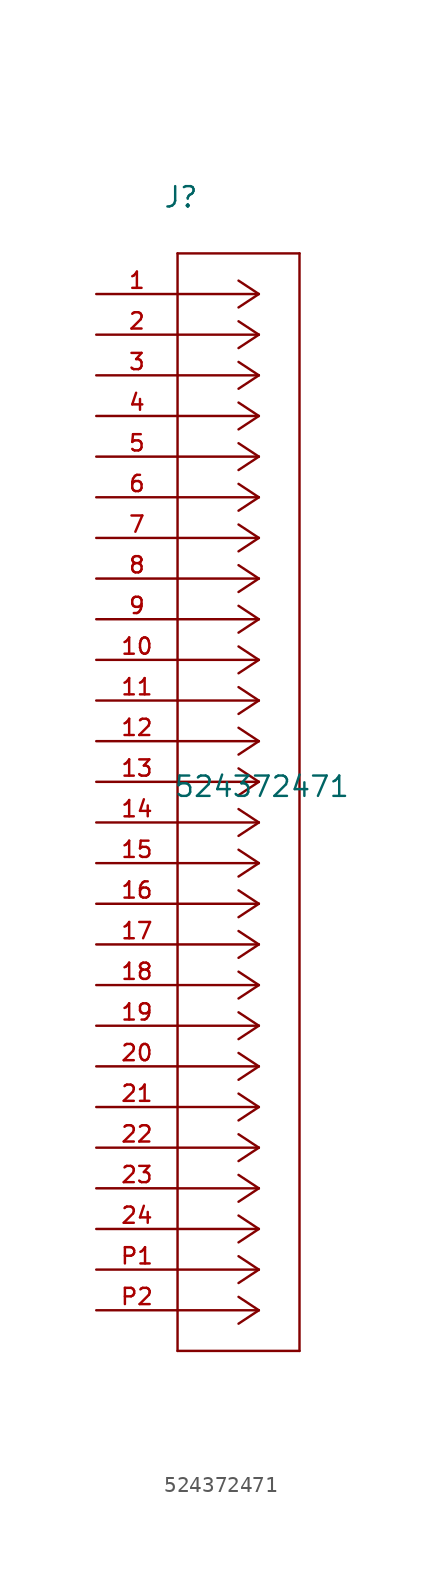
<source format=kicad_sym>
(kicad_symbol_lib
  (version 20211014)
  (generator kicad_symbol_editor)
  (symbol "524372471"
    (pin_names
      (offset 1.016))
    (property "Reference" "J"
      (at 4.166 5.309 0.0)
      (effects (font (size 1.27 1.27)) (justify bottom left)))
    (property "Value" "524372471"
      (at 4.801 -31.521 0.0)
      (effects (font (size 1.27 1.27)) (justify bottom left)))
    (symbol "524372471_0_0"
      (polyline (pts (xy 10.16 0.0) (xy 5.08 0.0)) (stroke (width 0.152)))
      (polyline (pts (xy 10.16 -2.54) (xy 5.08 -2.54)) (stroke (width 0.152)))
      (polyline (pts (xy 10.16 -5.08) (xy 5.08 -5.08)) (stroke (width 0.152)))
      (polyline (pts (xy 10.16 -7.62) (xy 5.08 -7.62)) (stroke (width 0.152)))
      (polyline (pts (xy 10.16 -10.16) (xy 5.08 -10.16)) (stroke (width 0.152)))
      (polyline (pts (xy 10.16 -12.7) (xy 5.08 -12.7)) (stroke (width 0.152)))
      (polyline (pts (xy 10.16 -15.24) (xy 5.08 -15.24)) (stroke (width 0.152)))
      (polyline (pts (xy 10.16 -17.78) (xy 5.08 -17.78)) (stroke (width 0.152)))
      (polyline (pts (xy 10.16 -20.32) (xy 5.08 -20.32)) (stroke (width 0.152)))
      (polyline (pts (xy 10.16 -22.86) (xy 5.08 -22.86)) (stroke (width 0.152)))
      (polyline (pts (xy 10.16 -25.4) (xy 5.08 -25.4)) (stroke (width 0.152)))
      (polyline (pts (xy 10.16 -27.94) (xy 5.08 -27.94)) (stroke (width 0.152)))
      (polyline (pts (xy 10.16 -30.48) (xy 5.08 -30.48)) (stroke (width 0.152)))
      (polyline (pts (xy 10.16 -33.02) (xy 5.08 -33.02)) (stroke (width 0.152)))
      (polyline (pts (xy 10.16 -35.56) (xy 5.08 -35.56)) (stroke (width 0.152)))
      (polyline (pts (xy 10.16 -38.1) (xy 5.08 -38.1)) (stroke (width 0.152)))
      (polyline (pts (xy 10.16 -40.64) (xy 5.08 -40.64)) (stroke (width 0.152)))
      (polyline (pts (xy 10.16 -43.18) (xy 5.08 -43.18)) (stroke (width 0.152)))
      (polyline (pts (xy 10.16 -45.72) (xy 5.08 -45.72)) (stroke (width 0.152)))
      (polyline (pts (xy 10.16 -48.26) (xy 5.08 -48.26)) (stroke (width 0.152)))
      (polyline (pts (xy 10.16 -50.8) (xy 5.08 -50.8)) (stroke (width 0.152)))
      (polyline (pts (xy 10.16 -53.34) (xy 5.08 -53.34)) (stroke (width 0.152)))
      (polyline (pts (xy 10.16 -55.88) (xy 5.08 -55.88)) (stroke (width 0.152)))
      (polyline (pts (xy 10.16 -58.42) (xy 5.08 -58.42)) (stroke (width 0.152)))
      (polyline (pts (xy 10.16 -60.96) (xy 5.08 -60.96)) (stroke (width 0.152)))
      (polyline (pts (xy 10.16 -63.5) (xy 5.08 -63.5)) (stroke (width 0.152)))
      (polyline (pts (xy 10.16 0.0) (xy 8.89 0.838)) (stroke (width 0.152)))
      (polyline (pts (xy 10.16 -2.54) (xy 8.89 -1.702)) (stroke (width 0.152)))
      (polyline (pts (xy 10.16 -5.08) (xy 8.89 -4.242)) (stroke (width 0.152)))
      (polyline (pts (xy 10.16 -7.62) (xy 8.89 -6.782)) (stroke (width 0.152)))
      (polyline (pts (xy 10.16 -10.16) (xy 8.89 -9.322)) (stroke (width 0.152)))
      (polyline (pts (xy 10.16 -12.7) (xy 8.89 -11.862)) (stroke (width 0.152)))
      (polyline (pts (xy 10.16 -15.24) (xy 8.89 -14.402)) (stroke (width 0.152)))
      (polyline (pts (xy 10.16 -17.78) (xy 8.89 -16.942)) (stroke (width 0.152)))
      (polyline (pts (xy 10.16 -20.32) (xy 8.89 -19.482)) (stroke (width 0.152)))
      (polyline (pts (xy 10.16 -22.86) (xy 8.89 -22.022)) (stroke (width 0.152)))
      (polyline (pts (xy 10.16 -25.4) (xy 8.89 -24.562)) (stroke (width 0.152)))
      (polyline (pts (xy 10.16 -27.94) (xy 8.89 -27.102)) (stroke (width 0.152)))
      (polyline (pts (xy 10.16 -30.48) (xy 8.89 -29.642)) (stroke (width 0.152)))
      (polyline (pts (xy 10.16 -33.02) (xy 8.89 -32.182)) (stroke (width 0.152)))
      (polyline (pts (xy 10.16 -35.56) (xy 8.89 -34.722)) (stroke (width 0.152)))
      (polyline (pts (xy 10.16 -38.1) (xy 8.89 -37.262)) (stroke (width 0.152)))
      (polyline (pts (xy 10.16 -40.64) (xy 8.89 -39.802)) (stroke (width 0.152)))
      (polyline (pts (xy 10.16 -43.18) (xy 8.89 -42.342)) (stroke (width 0.152)))
      (polyline (pts (xy 10.16 -45.72) (xy 8.89 -44.882)) (stroke (width 0.152)))
      (polyline (pts (xy 10.16 -48.26) (xy 8.89 -47.422)) (stroke (width 0.152)))
      (polyline (pts (xy 10.16 -50.8) (xy 8.89 -49.962)) (stroke (width 0.152)))
      (polyline (pts (xy 10.16 -53.34) (xy 8.89 -52.502)) (stroke (width 0.152)))
      (polyline (pts (xy 10.16 -55.88) (xy 8.89 -55.042)) (stroke (width 0.152)))
      (polyline (pts (xy 10.16 -58.42) (xy 8.89 -57.582)) (stroke (width 0.152)))
      (polyline (pts (xy 10.16 -60.96) (xy 8.89 -60.122)) (stroke (width 0.152)))
      (polyline (pts (xy 10.16 -63.5) (xy 8.89 -62.662)) (stroke (width 0.152)))
      (polyline (pts (xy 10.16 0.0) (xy 8.89 -0.838)) (stroke (width 0.152)))
      (polyline (pts (xy 10.16 -2.54) (xy 8.89 -3.378)) (stroke (width 0.152)))
      (polyline (pts (xy 10.16 -5.08) (xy 8.89 -5.918)) (stroke (width 0.152)))
      (polyline (pts (xy 10.16 -7.62) (xy 8.89 -8.458)) (stroke (width 0.152)))
      (polyline (pts (xy 10.16 -10.16) (xy 8.89 -10.998)) (stroke (width 0.152)))
      (polyline (pts (xy 10.16 -12.7) (xy 8.89 -13.538)) (stroke (width 0.152)))
      (polyline (pts (xy 10.16 -15.24) (xy 8.89 -16.078)) (stroke (width 0.152)))
      (polyline (pts (xy 10.16 -17.78) (xy 8.89 -18.618)) (stroke (width 0.152)))
      (polyline (pts (xy 10.16 -20.32) (xy 8.89 -21.158)) (stroke (width 0.152)))
      (polyline (pts (xy 10.16 -22.86) (xy 8.89 -23.698)) (stroke (width 0.152)))
      (polyline (pts (xy 10.16 -25.4) (xy 8.89 -26.238)) (stroke (width 0.152)))
      (polyline (pts (xy 10.16 -27.94) (xy 8.89 -28.778)) (stroke (width 0.152)))
      (polyline (pts (xy 10.16 -30.48) (xy 8.89 -31.318)) (stroke (width 0.152)))
      (polyline (pts (xy 10.16 -33.02) (xy 8.89 -33.858)) (stroke (width 0.152)))
      (polyline (pts (xy 10.16 -35.56) (xy 8.89 -36.398)) (stroke (width 0.152)))
      (polyline (pts (xy 10.16 -38.1) (xy 8.89 -38.938)) (stroke (width 0.152)))
      (polyline (pts (xy 10.16 -40.64) (xy 8.89 -41.478)) (stroke (width 0.152)))
      (polyline (pts (xy 10.16 -43.18) (xy 8.89 -44.018)) (stroke (width 0.152)))
      (polyline (pts (xy 10.16 -45.72) (xy 8.89 -46.558)) (stroke (width 0.152)))
      (polyline (pts (xy 10.16 -48.26) (xy 8.89 -49.098)) (stroke (width 0.152)))
      (polyline (pts (xy 10.16 -50.8) (xy 8.89 -51.638)) (stroke (width 0.152)))
      (polyline (pts (xy 10.16 -53.34) (xy 8.89 -54.178)) (stroke (width 0.152)))
      (polyline (pts (xy 10.16 -55.88) (xy 8.89 -56.718)) (stroke (width 0.152)))
      (polyline (pts (xy 10.16 -58.42) (xy 8.89 -59.258)) (stroke (width 0.152)))
      (polyline (pts (xy 10.16 -60.96) (xy 8.89 -61.798)) (stroke (width 0.152)))
      (polyline (pts (xy 10.16 -63.5) (xy 8.89 -64.338)) (stroke (width 0.152)))
      (polyline (pts (xy 5.08 2.54) (xy 5.08 -66.04)) (stroke (width 0.152)))
      (polyline (pts (xy 5.08 -66.04) (xy 12.7 -66.04)) (stroke (width 0.152)))
      (polyline (pts (xy 12.7 -66.04) (xy 12.7 2.54)) (stroke (width 0.152)))
      (polyline (pts (xy 12.7 2.54) (xy 5.08 2.54)) (stroke (width 0.152)))
      (pin passive line (at 0.0 0.0 0) (length 5.08) (name "~" (effects (font (size 1.016 1.016)))) (number "1" (effects (font (size 1.016 1.016)))))
      (pin passive line (at 0.0 -2.54 0) (length 5.08) (name "~" (effects (font (size 1.016 1.016)))) (number "2" (effects (font (size 1.016 1.016)))))
      (pin passive line (at 0.0 -5.08 0) (length 5.08) (name "~" (effects (font (size 1.016 1.016)))) (number "3" (effects (font (size 1.016 1.016)))))
      (pin passive line (at 0.0 -7.62 0) (length 5.08) (name "~" (effects (font (size 1.016 1.016)))) (number "4" (effects (font (size 1.016 1.016)))))
      (pin passive line (at 0.0 -10.16 0) (length 5.08) (name "~" (effects (font (size 1.016 1.016)))) (number "5" (effects (font (size 1.016 1.016)))))
      (pin passive line (at 0.0 -12.7 0) (length 5.08) (name "~" (effects (font (size 1.016 1.016)))) (number "6" (effects (font (size 1.016 1.016)))))
      (pin passive line (at 0.0 -15.24 0) (length 5.08) (name "~" (effects (font (size 1.016 1.016)))) (number "7" (effects (font (size 1.016 1.016)))))
      (pin passive line (at 0.0 -17.78 0) (length 5.08) (name "~" (effects (font (size 1.016 1.016)))) (number "8" (effects (font (size 1.016 1.016)))))
      (pin passive line (at 0.0 -20.32 0) (length 5.08) (name "~" (effects (font (size 1.016 1.016)))) (number "9" (effects (font (size 1.016 1.016)))))
      (pin passive line (at 0.0 -22.86 0) (length 5.08) (name "~" (effects (font (size 1.016 1.016)))) (number "10" (effects (font (size 1.016 1.016)))))
      (pin passive line (at 0.0 -25.4 0) (length 5.08) (name "~" (effects (font (size 1.016 1.016)))) (number "11" (effects (font (size 1.016 1.016)))))
      (pin passive line (at 0.0 -27.94 0) (length 5.08) (name "~" (effects (font (size 1.016 1.016)))) (number "12" (effects (font (size 1.016 1.016)))))
      (pin passive line (at 0.0 -30.48 0) (length 5.08) (name "~" (effects (font (size 1.016 1.016)))) (number "13" (effects (font (size 1.016 1.016)))))
      (pin passive line (at 0.0 -33.02 0) (length 5.08) (name "~" (effects (font (size 1.016 1.016)))) (number "14" (effects (font (size 1.016 1.016)))))
      (pin passive line (at 0.0 -35.56 0) (length 5.08) (name "~" (effects (font (size 1.016 1.016)))) (number "15" (effects (font (size 1.016 1.016)))))
      (pin passive line (at 0.0 -38.1 0) (length 5.08) (name "~" (effects (font (size 1.016 1.016)))) (number "16" (effects (font (size 1.016 1.016)))))
      (pin passive line (at 0.0 -40.64 0) (length 5.08) (name "~" (effects (font (size 1.016 1.016)))) (number "17" (effects (font (size 1.016 1.016)))))
      (pin passive line (at 0.0 -43.18 0) (length 5.08) (name "~" (effects (font (size 1.016 1.016)))) (number "18" (effects (font (size 1.016 1.016)))))
      (pin passive line (at 0.0 -45.72 0) (length 5.08) (name "~" (effects (font (size 1.016 1.016)))) (number "19" (effects (font (size 1.016 1.016)))))
      (pin passive line (at 0.0 -48.26 0) (length 5.08) (name "~" (effects (font (size 1.016 1.016)))) (number "20" (effects (font (size 1.016 1.016)))))
      (pin passive line (at 0.0 -50.8 0) (length 5.08) (name "~" (effects (font (size 1.016 1.016)))) (number "21" (effects (font (size 1.016 1.016)))))
      (pin passive line (at 0.0 -53.34 0) (length 5.08) (name "~" (effects (font (size 1.016 1.016)))) (number "22" (effects (font (size 1.016 1.016)))))
      (pin passive line (at 0.0 -55.88 0) (length 5.08) (name "~" (effects (font (size 1.016 1.016)))) (number "23" (effects (font (size 1.016 1.016)))))
      (pin passive line (at 0.0 -58.42 0) (length 5.08) (name "~" (effects (font (size 1.016 1.016)))) (number "24" (effects (font (size 1.016 1.016)))))
      (pin passive line (at 0.0 -60.96 0) (length 5.08) (name "~" (effects (font (size 1.016 1.016)))) (number "P1" (effects (font (size 1.016 1.016)))))
      (pin passive line (at 0.0 -63.5 0) (length 5.08) (name "~" (effects (font (size 1.016 1.016)))) (number "P2" (effects (font (size 1.016 1.016))))))))
</source>
